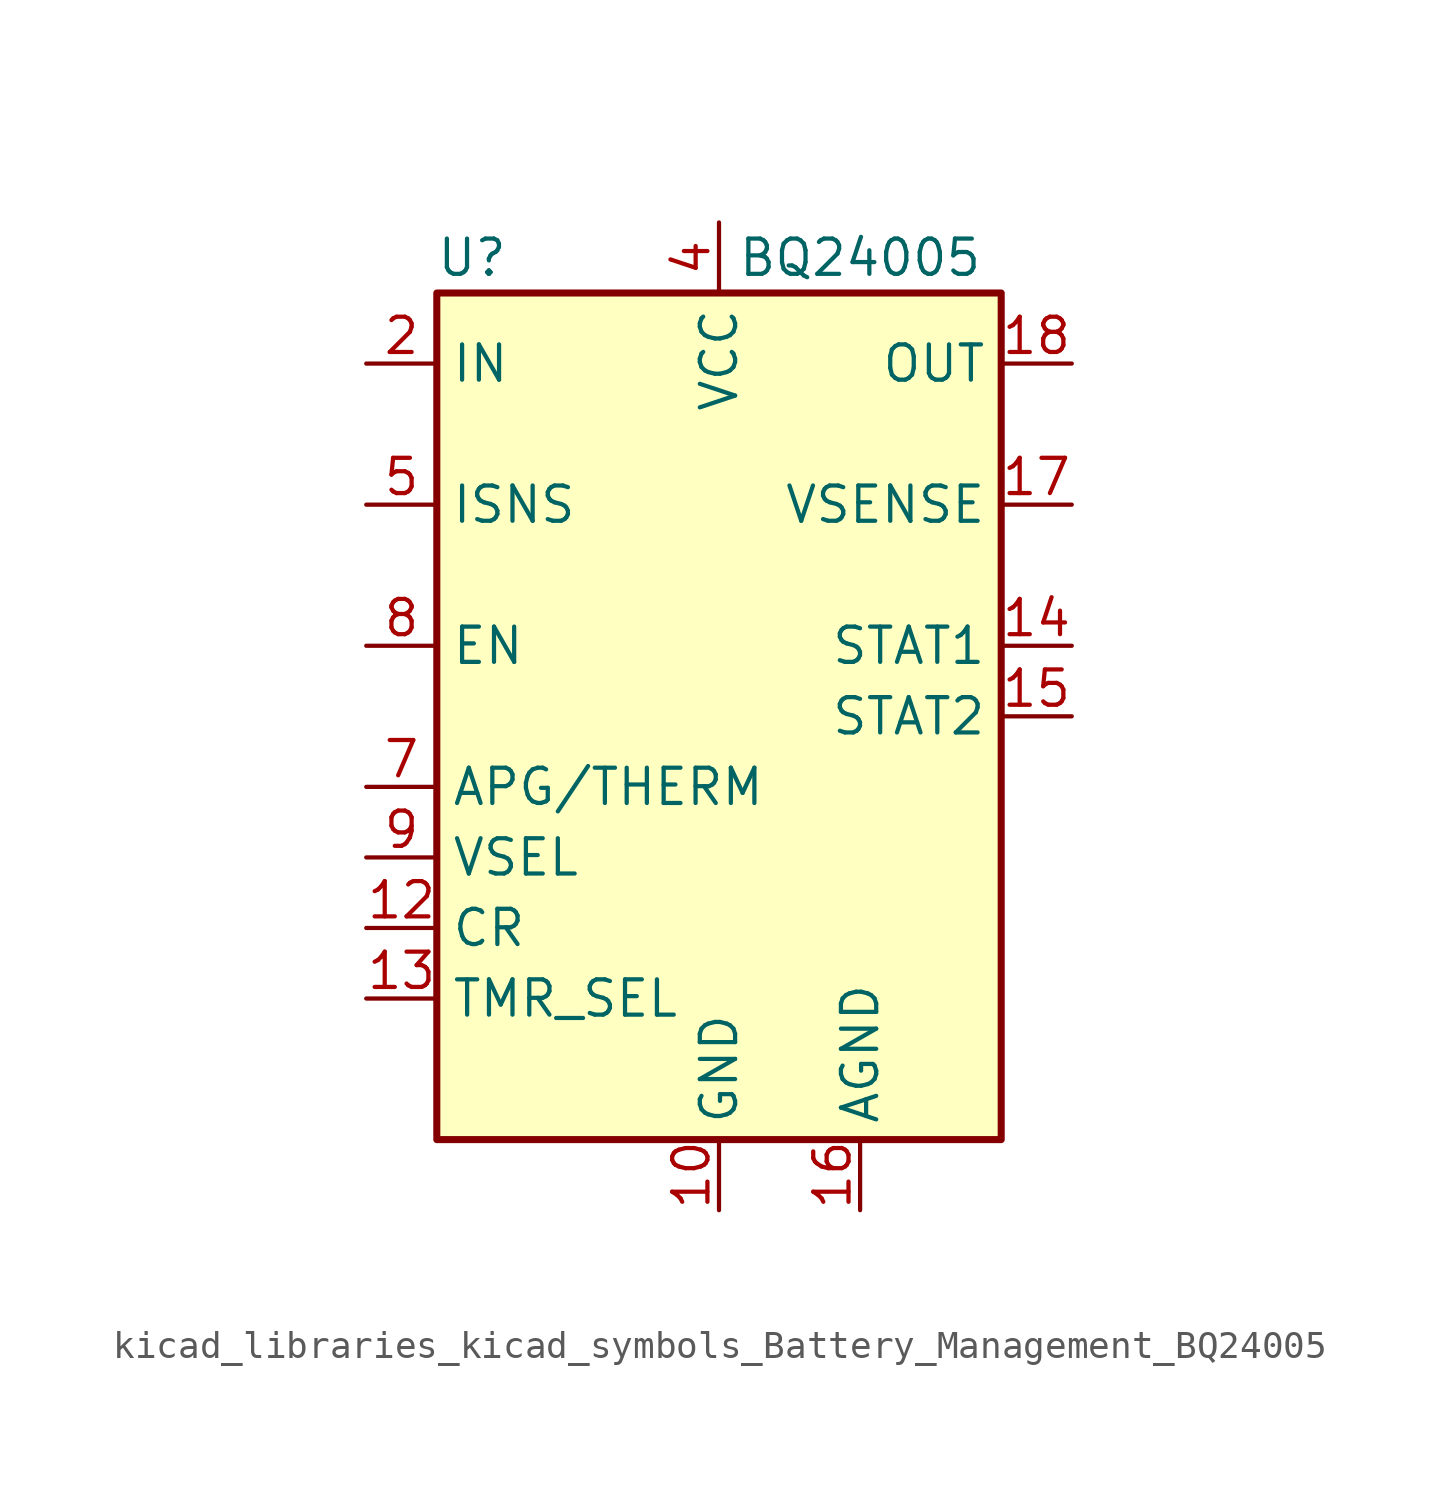
<source format=kicad_sym>
(kicad_symbol_lib
  (version 20220914)
  (generator kicad_symbol_editor)
  (symbol "kicad_libraries_kicad_symbols_Battery_Management_BQ24005"
    (property "Reference" "U"
      (at -8.89 16.51 0)
      (effects (font (size 1.27 1.27))))
    (property "Value" "BQ24005"
      (at 5.08 16.51 0)
      (effects (font (size 1.27 1.27))))
    (symbol "kicad_libraries_kicad_symbols_Battery_Management_BQ24005_0_1"
      (rectangle (start -10.16 15.24) (end 10.16 -15.24) (stroke (width 0.254) (type default)) (fill (type background))))
    (symbol "kicad_libraries_kicad_symbols_Battery_Management_BQ24005_1_1"
      (pin no_connect line (at 10.16 -2.54 180) (length 2.54) hide (name "N/C" (effects (font (size 1.27 1.27)))) (number "1" (effects (font (size 1.27 1.27)))))
      (pin power_in line (at 0 -17.78 90) (length 2.54) (name "GND" (effects (font (size 1.27 1.27)))) (number "10" (effects (font (size 1.27 1.27)))))
      (pin no_connect line (at 10.16 -7.62 180) (length 2.54) hide (name "N/C" (effects (font (size 1.27 1.27)))) (number "11" (effects (font (size 1.27 1.27)))))
      (pin input line (at -12.7 -7.62 0) (length 2.54) (name "CR" (effects (font (size 1.27 1.27)))) (number "12" (effects (font (size 1.27 1.27)))))
      (pin input line (at -12.7 -10.16 0) (length 2.54) (name "TMR_SEL" (effects (font (size 1.27 1.27)))) (number "13" (effects (font (size 1.27 1.27)))))
      (pin open_collector line (at 12.7 2.54 180) (length 2.54) (name "STAT1" (effects (font (size 1.27 1.27)))) (number "14" (effects (font (size 1.27 1.27)))))
      (pin open_collector line (at 12.7 0 180) (length 2.54) (name "STAT2" (effects (font (size 1.27 1.27)))) (number "15" (effects (font (size 1.27 1.27)))))
      (pin power_in line (at 5.08 -17.78 90) (length 2.54) (name "AGND" (effects (font (size 1.27 1.27)))) (number "16" (effects (font (size 1.27 1.27)))))
      (pin input line (at 12.7 7.62 180) (length 2.54) (name "VSENSE" (effects (font (size 1.27 1.27)))) (number "17" (effects (font (size 1.27 1.27)))))
      (pin output line (at 12.7 12.7 180) (length 2.54) (name "OUT" (effects (font (size 1.27 1.27)))) (number "18" (effects (font (size 1.27 1.27)))))
      (pin passive line (at 12.7 12.7 180) (length 2.54) hide (name "OUT" (effects (font (size 1.27 1.27)))) (number "19" (effects (font (size 1.27 1.27)))))
      (pin input line (at -12.7 12.7 0) (length 2.54) (name "IN" (effects (font (size 1.27 1.27)))) (number "2" (effects (font (size 1.27 1.27)))))
      (pin no_connect line (at 10.16 -10.16 180) (length 2.54) hide (name "N/C" (effects (font (size 1.27 1.27)))) (number "20" (effects (font (size 1.27 1.27)))))
      (pin passive line (at 0 -17.78 90) (length 2.54) hide (name "GND" (effects (font (size 1.27 1.27)))) (number "21" (effects (font (size 1.27 1.27)))))
      (pin input line (at -12.7 12.7 0) (length 2.54) hide (name "IN" (effects (font (size 1.27 1.27)))) (number "3" (effects (font (size 1.27 1.27)))))
      (pin power_in line (at 0 17.78 270) (length 2.54) (name "VCC" (effects (font (size 1.27 1.27)))) (number "4" (effects (font (size 1.27 1.27)))))
      (pin input line (at -12.7 7.62 0) (length 2.54) (name "ISNS" (effects (font (size 1.27 1.27)))) (number "5" (effects (font (size 1.27 1.27)))))
      (pin no_connect line (at 10.16 -5.08 180) (length 2.54) hide (name "N/C" (effects (font (size 1.27 1.27)))) (number "6" (effects (font (size 1.27 1.27)))))
      (pin input line (at -12.7 -2.54 0) (length 2.54) (name "APG/THERM" (effects (font (size 1.27 1.27)))) (number "7" (effects (font (size 1.27 1.27)))))
      (pin input line (at -12.7 2.54 0) (length 2.54) (name "EN" (effects (font (size 1.27 1.27)))) (number "8" (effects (font (size 1.27 1.27)))))
      (pin input line (at -12.7 -5.08 0) (length 2.54) (name "VSEL" (effects (font (size 1.27 1.27)))) (number "9" (effects (font (size 1.27 1.27))))))))
</source>
